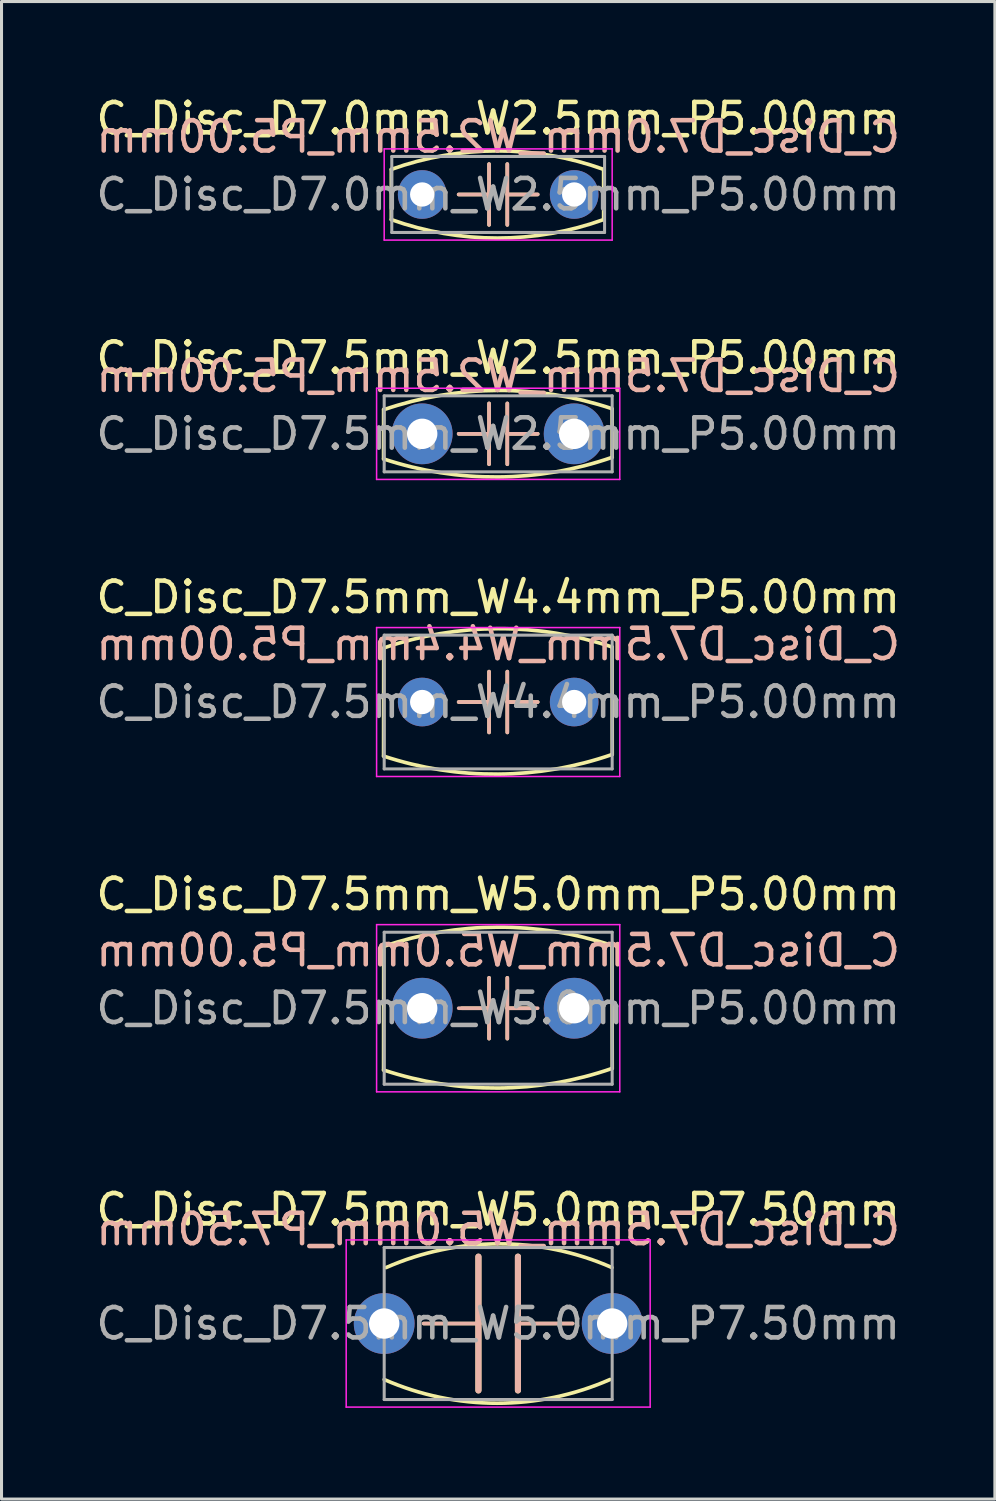
<source format=kicad_pcb>
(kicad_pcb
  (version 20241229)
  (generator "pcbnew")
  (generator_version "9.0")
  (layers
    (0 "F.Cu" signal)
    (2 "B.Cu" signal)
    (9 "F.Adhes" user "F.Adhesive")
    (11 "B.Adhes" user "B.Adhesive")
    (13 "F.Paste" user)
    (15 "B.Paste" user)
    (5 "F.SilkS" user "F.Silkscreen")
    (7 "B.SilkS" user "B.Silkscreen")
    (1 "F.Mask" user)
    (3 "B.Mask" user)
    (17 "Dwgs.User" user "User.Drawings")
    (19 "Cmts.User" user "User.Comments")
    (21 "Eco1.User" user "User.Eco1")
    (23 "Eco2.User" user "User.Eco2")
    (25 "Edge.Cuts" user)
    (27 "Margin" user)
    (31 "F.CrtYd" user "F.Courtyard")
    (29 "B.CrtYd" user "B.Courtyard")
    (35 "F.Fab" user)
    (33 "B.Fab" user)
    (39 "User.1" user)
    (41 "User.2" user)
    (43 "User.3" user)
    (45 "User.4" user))
  (footprint "C_Disc_D7.5mm_W2.5mm_P5.00mm"
    (layer "F.Cu")
    (at 10.839 11.222)
    (property "Reference" "C_Disc_D7.5mm_W2.5mm_P5.00mm" (at 2.5 -2.5 0) (layer "F.SilkS") (effects (font (size 1 1) (thickness 0.15))))
    (fp_line (start -1.27 0.826) (end -1.269 -0.804) (stroke (width 0.12) (type solid)) (layer "F.SilkS"))
    (fp_line (start 1.2 0) (end 2.2 0) (stroke (width 0.12) (type solid)) (layer "F.SilkS"))
    (fp_line (start 2.2 0) (end 2.2 -1) (stroke (width 0.12) (type solid)) (layer "F.SilkS"))
    (fp_line (start 2.2 0) (end 2.2 1) (stroke (width 0.12) (type solid)) (layer "F.SilkS"))
    (fp_line (start 2.8 -1) (end 2.8 1) (stroke (width 0.12) (type solid)) (layer "F.SilkS"))
    (fp_line (start 2.8 0) (end 3.8 0) (stroke (width 0.12) (type solid)) (layer "F.SilkS"))
    (fp_line (start 6.248 0.762) (end 6.248 -0.813) (stroke (width 0.12) (type solid)) (layer "F.SilkS"))
    (fp_arc (start -1.265365 -0.79267) (mid 2.488814 -1.427831) (end 6.2484 -0.8255) (stroke (width 0.12) (type solid)) (layer "F.SilkS"))
    (fp_arc (start 6.252064 0.772554) (mid 2.4954 1.419637) (end -1.27 0.8255) (stroke (width 0.12) (type solid)) (layer "F.SilkS"))
    (fp_line (start 1.2 0) (end 2.2 0) (stroke (width 0.12) (type solid)) (layer "B.SilkS"))
    (fp_line (start 2.2 0) (end 2.2 -1) (stroke (width 0.12) (type solid)) (layer "B.SilkS"))
    (fp_line (start 2.2 0) (end 2.2 1) (stroke (width 0.12) (type solid)) (layer "B.SilkS"))
    (fp_line (start 2.8 0) (end 3.8 0) (stroke (width 0.12) (type solid)) (layer "B.SilkS"))
    (fp_line (start 2.8 1) (end 2.8 -1) (stroke (width 0.12) (type solid)) (layer "B.SilkS"))
    (fp_line (start -1.5 -1.5) (end -1.5 1.5) (stroke (width 0.05) (type solid)) (layer "F.CrtYd"))
    (fp_line (start -1.5 1.5) (end 6.5 1.5) (stroke (width 0.05) (type solid)) (layer "F.CrtYd"))
    (fp_line (start 6.5 -1.5) (end -1.5 -1.5) (stroke (width 0.05) (type solid)) (layer "F.CrtYd"))
    (fp_line (start 6.5 1.5) (end 6.5 -1.5) (stroke (width 0.05) (type solid)) (layer "F.CrtYd"))
    (fp_line (start -1.25 -1.25) (end -1.25 1.25) (stroke (width 0.1) (type solid)) (layer "F.Fab"))
    (fp_line (start -1.25 1.25) (end 6.25 1.25) (stroke (width 0.1) (type solid)) (layer "F.Fab"))
    (fp_line (start 6.25 -1.25) (end -1.25 -1.25) (stroke (width 0.1) (type solid)) (layer "F.Fab"))
    (fp_line (start 6.25 1.25) (end 6.25 -1.25) (stroke (width 0.1) (type solid)) (layer "F.Fab"))
    (fp_text user "${REFERENCE}" (at 2.5 -1.9 0) (layer "B.SilkS") (effects (font (size 1 1) (thickness 0.15)) (justify mirror)))
    (fp_text user "${REFERENCE}" (at 2.5 0 0) (layer "F.Fab") (effects (font (size 1 1) (thickness 0.15))))
    (pad "1" thru_hole circle (at 0 0) (size 2 2) (drill 1) (layers "*.Cu" "*.Mask"))
    (pad "2" thru_hole circle (at 5 0) (size 2 2) (drill 1) (layers "*.Cu" "*.Mask")))
  (footprint "C_Disc_D7.0mm_W2.5mm_P5.00mm"
    (layer "F.Cu")
    (at 10.839 3.348)
    (property "Reference" "C_Disc_D7.0mm_W2.5mm_P5.00mm" (at 2.5 -2.5 0) (layer "F.SilkS") (effects (font (size 1 1) (thickness 0.15))))
    (fp_line (start -1.016 0.826) (end -1.016 -0.826) (stroke (width 0.12) (type solid)) (layer "F.SilkS"))
    (fp_line (start 1.2 0) (end 2.2 0) (stroke (width 0.12) (type solid)) (layer "F.SilkS"))
    (fp_line (start 2.2 0) (end 2.2 -1) (stroke (width 0.12) (type solid)) (layer "F.SilkS"))
    (fp_line (start 2.2 0) (end 2.2 1) (stroke (width 0.12) (type solid)) (layer "F.SilkS"))
    (fp_line (start 2.8 -1) (end 2.8 1) (stroke (width 0.12) (type solid)) (layer "F.SilkS"))
    (fp_line (start 2.8 0) (end 3.8 0) (stroke (width 0.12) (type solid)) (layer "F.SilkS"))
    (fp_line (start 5.969 -0.826) (end 5.969 0.826) (stroke (width 0.12) (type solid)) (layer "F.SilkS"))
    (fp_arc (start -1.016 -0.8255) (mid 2.4765 -1.434171) (end 5.969 -0.8255) (stroke (width 0.12) (type solid)) (layer "F.SilkS"))
    (fp_arc (start 5.969 0.8255) (mid 2.4765 1.434171) (end -1.016 0.8255) (stroke (width 0.12) (type solid)) (layer "F.SilkS"))
    (fp_line (start 1.2 0) (end 2.2 0) (stroke (width 0.12) (type solid)) (layer "B.SilkS"))
    (fp_line (start 2.2 0) (end 2.2 -1) (stroke (width 0.12) (type solid)) (layer "B.SilkS"))
    (fp_line (start 2.2 0) (end 2.2 1) (stroke (width 0.12) (type solid)) (layer "B.SilkS"))
    (fp_line (start 2.8 0) (end 3.8 0) (stroke (width 0.12) (type solid)) (layer "B.SilkS"))
    (fp_line (start 2.8 1) (end 2.8 -1) (stroke (width 0.12) (type solid)) (layer "B.SilkS"))
    (fp_line (start -1.25 -1.5) (end -1.25 1.5) (stroke (width 0.05) (type solid)) (layer "F.CrtYd"))
    (fp_line (start -1.25 1.5) (end 6.25 1.5) (stroke (width 0.05) (type solid)) (layer "F.CrtYd"))
    (fp_line (start 6.25 -1.5) (end -1.25 -1.5) (stroke (width 0.05) (type solid)) (layer "F.CrtYd"))
    (fp_line (start 6.25 1.5) (end 6.25 -1.5) (stroke (width 0.05) (type solid)) (layer "F.CrtYd"))
    (fp_line (start -1 -1.25) (end -1 1.25) (stroke (width 0.1) (type solid)) (layer "F.Fab"))
    (fp_line (start -1 1.25) (end 6 1.25) (stroke (width 0.1) (type solid)) (layer "F.Fab"))
    (fp_line (start 6 -1.25) (end -1 -1.25) (stroke (width 0.1) (type solid)) (layer "F.Fab"))
    (fp_line (start 6 1.25) (end 6 -1.25) (stroke (width 0.1) (type solid)) (layer "F.Fab"))
    (fp_text user "${REFERENCE}" (at 2.5 -1.9 0) (layer "B.SilkS") (effects (font (size 1 1) (thickness 0.15)) (justify mirror)))
    (fp_text user "${REFERENCE}" (at 2.5 0 0) (layer "F.Fab") (effects (font (size 1 1) (thickness 0.15))))
    (pad "1" thru_hole circle (at 0 0) (size 1.6 1.6) (drill 0.8) (layers "*.Cu" "*.Mask"))
    (pad "2" thru_hole circle (at 5 0) (size 1.6 1.6) (drill 0.8) (layers "*.Cu" "*.Mask")))
  (footprint "C_Disc_D7.5mm_W5.0mm_P7.50mm"
    (layer "F.Cu")
    (at 9.589 40.491)
    (property "Reference" "C_Disc_D7.5mm_W5.0mm_P7.50mm" (at 3.75 -3.75 0) (layer "F.SilkS") (effects (font (size 1 1) (thickness 0.15))))
    (fp_line (start 1.3 0) (end 3.048 0) (stroke (width 0.12) (type solid)) (layer "F.SilkS"))
    (fp_line (start 3.1 0) (end 3.1 -2.2) (stroke (width 0.2) (type solid)) (layer "F.SilkS"))
    (fp_line (start 3.1 0) (end 3.1 2.2) (stroke (width 0.2) (type solid)) (layer "F.SilkS"))
    (fp_line (start 4.4 0) (end 4.4 -2.2) (stroke (width 0.2) (type solid)) (layer "F.SilkS"))
    (fp_line (start 4.4 0) (end 4.4 2.2) (stroke (width 0.2) (type solid)) (layer "F.SilkS"))
    (fp_line (start 4.445 0) (end 6.2 0) (stroke (width 0.12) (type solid)) (layer "F.SilkS"))
    (fp_arc (start 0.063384 -1.8415) (mid 3.77822 -2.621484) (end 7.493 -1.841237) (stroke (width 0.12) (type solid)) (layer "F.SilkS"))
    (fp_arc (start 7.4295 1.8415) (mid 3.714664 2.621484) (end -0.000116 1.841237) (stroke (width 0.12) (type solid)) (layer "F.SilkS"))
    (fp_line (start 1.3 0) (end 3.048 0) (stroke (width 0.12) (type solid)) (layer "B.SilkS"))
    (fp_line (start 3.1 0) (end 3.1 -2.2) (stroke (width 0.2) (type solid)) (layer "B.SilkS"))
    (fp_line (start 3.1 0) (end 3.1 2.2) (stroke (width 0.2) (type solid)) (layer "B.SilkS"))
    (fp_line (start 4.4 0) (end 4.4 -2.2) (stroke (width 0.2) (type solid)) (layer "B.SilkS"))
    (fp_line (start 4.4 0) (end 4.4 2.2) (stroke (width 0.2) (type solid)) (layer "B.SilkS"))
    (fp_line (start 4.445 0) (end 6.2 0) (stroke (width 0.12) (type solid)) (layer "B.SilkS"))
    (fp_line (start -1.25 -2.75) (end -1.25 2.75) (stroke (width 0.05) (type solid)) (layer "F.CrtYd"))
    (fp_line (start -1.25 2.75) (end 8.75 2.75) (stroke (width 0.05) (type solid)) (layer "F.CrtYd"))
    (fp_line (start 8.75 -2.75) (end -1.25 -2.75) (stroke (width 0.05) (type solid)) (layer "F.CrtYd"))
    (fp_line (start 8.75 2.75) (end 8.75 -2.75) (stroke (width 0.05) (type solid)) (layer "F.CrtYd"))
    (fp_line (start 0 -2.5) (end 0 2.5) (stroke (width 0.1) (type solid)) (layer "F.Fab"))
    (fp_line (start 0 2.5) (end 7.5 2.5) (stroke (width 0.1) (type solid)) (layer "F.Fab"))
    (fp_line (start 7.5 -2.5) (end 0 -2.5) (stroke (width 0.1) (type solid)) (layer "F.Fab"))
    (fp_line (start 7.5 2.5) (end 7.5 -2.5) (stroke (width 0.1) (type solid)) (layer "F.Fab"))
    (fp_text user "${REFERENCE}" (at 3.75 -3.1 0) (layer "B.SilkS") (effects (font (size 1 1) (thickness 0.15)) (justify mirror)))
    (fp_text user "${REFERENCE}" (at 3.75 0 0) (layer "F.Fab") (effects (font (size 1 1) (thickness 0.15))))
    (pad "1" thru_hole circle (at 0 0) (size 2 2) (drill 1) (layers "*.Cu" "*.Mask"))
    (pad "2" thru_hole circle (at 7.5 0) (size 2 2) (drill 1) (layers "*.Cu" "*.Mask")))
  (footprint "C_Disc_D7.5mm_W4.4mm_P5.00mm"
    (layer "F.Cu")
    (at 10.839 20.045)
    (property "Reference" "C_Disc_D7.5mm_W4.4mm_P5.00mm" (at 2.5 -3.45 0) (layer "F.SilkS") (effects (font (size 1 1) (thickness 0.15))))
    (fp_line (start -1.27 1.778) (end -1.265 -1.778) (stroke (width 0.12) (type solid)) (layer "F.SilkS"))
    (fp_line (start 1.2 0) (end 2.2 0) (stroke (width 0.12) (type solid)) (layer "F.SilkS"))
    (fp_line (start 2.2 0) (end 2.2 -1) (stroke (width 0.12) (type solid)) (layer "F.SilkS"))
    (fp_line (start 2.2 0) (end 2.2 1) (stroke (width 0.12) (type solid)) (layer "F.SilkS"))
    (fp_line (start 2.8 -1) (end 2.8 1) (stroke (width 0.12) (type solid)) (layer "F.SilkS"))
    (fp_line (start 2.8 0) (end 3.8 0) (stroke (width 0.12) (type solid)) (layer "F.SilkS"))
    (fp_line (start 6.252 1.725) (end 6.248 -1.811) (stroke (width 0.12) (type solid)) (layer "F.SilkS"))
    (fp_arc (start -1.265365 -1.778) (mid 2.488814 -2.413161) (end 6.2484 -1.81083) (stroke (width 0.12) (type solid)) (layer "F.SilkS"))
    (fp_arc (start 6.252064 1.725054) (mid 2.4954 2.372137) (end -1.27 1.778) (stroke (width 0.12) (type solid)) (layer "F.SilkS"))
    (fp_line (start 1.2 0) (end 2.2 0) (stroke (width 0.12) (type solid)) (layer "B.SilkS"))
    (fp_line (start 2.2 0) (end 2.2 -1) (stroke (width 0.12) (type solid)) (layer "B.SilkS"))
    (fp_line (start 2.2 0) (end 2.2 1) (stroke (width 0.12) (type solid)) (layer "B.SilkS"))
    (fp_line (start 2.8 0) (end 3.8 0) (stroke (width 0.12) (type solid)) (layer "B.SilkS"))
    (fp_line (start 2.8 1) (end 2.8 -1) (stroke (width 0.12) (type solid)) (layer "B.SilkS"))
    (fp_line (start -1.5 -2.45) (end -1.5 2.45) (stroke (width 0.05) (type solid)) (layer "F.CrtYd"))
    (fp_line (start -1.5 2.45) (end 6.5 2.45) (stroke (width 0.05) (type solid)) (layer "F.CrtYd"))
    (fp_line (start 6.5 -2.45) (end -1.5 -2.45) (stroke (width 0.05) (type solid)) (layer "F.CrtYd"))
    (fp_line (start 6.5 2.45) (end 6.5 -2.45) (stroke (width 0.05) (type solid)) (layer "F.CrtYd"))
    (fp_line (start -1.25 -2.2) (end -1.25 2.2) (stroke (width 0.1) (type solid)) (layer "F.Fab"))
    (fp_line (start -1.25 2.2) (end 6.25 2.2) (stroke (width 0.1) (type solid)) (layer "F.Fab"))
    (fp_line (start 6.25 -2.2) (end -1.25 -2.2) (stroke (width 0.1) (type solid)) (layer "F.Fab"))
    (fp_line (start 6.25 2.2) (end 6.25 -2.2) (stroke (width 0.1) (type solid)) (layer "F.Fab"))
    (fp_text user "${REFERENCE}" (at 2.5 -1.9 0) (layer "B.SilkS") (effects (font (size 1 1) (thickness 0.15)) (justify mirror)))
    (fp_text user "${REFERENCE}" (at 2.5 0 0) (layer "F.Fab") (effects (font (size 1 1) (thickness 0.15))))
    (pad "1" thru_hole circle (at 0 0) (size 1.6 1.6) (drill 0.8) (layers "*.Cu" "*.Mask"))
    (pad "2" thru_hole circle (at 5 0) (size 1.6 1.6) (drill 0.8) (layers "*.Cu" "*.Mask")))
  (footprint "C_Disc_D7.5mm_W5.0mm_P5.00mm"
    (layer "F.Cu")
    (at 10.839 30.118)
    (property "Reference" "C_Disc_D7.5mm_W5.0mm_P5.00mm" (at 2.5 -3.75 0) (layer "F.SilkS") (effects (font (size 1 1) (thickness 0.15))))
    (fp_line (start -1.27 2.032) (end -1.265 -2.032) (stroke (width 0.12) (type solid)) (layer "F.SilkS"))
    (fp_line (start 1.3 0) (end 2.2 0) (stroke (width 0.12) (type solid)) (layer "F.SilkS"))
    (fp_line (start 2.2 0) (end 2.2 -1) (stroke (width 0.12) (type solid)) (layer "F.SilkS"))
    (fp_line (start 2.2 0) (end 2.2 1) (stroke (width 0.12) (type solid)) (layer "F.SilkS"))
    (fp_line (start 2.8 -1) (end 2.8 1) (stroke (width 0.12) (type solid)) (layer "F.SilkS"))
    (fp_line (start 2.8 0) (end 3.7 0) (stroke (width 0.12) (type solid)) (layer "F.SilkS"))
    (fp_line (start 6.252 1.979) (end 6.244 -2.065) (stroke (width 0.12) (type solid)) (layer "F.SilkS"))
    (fp_arc (start -1.27 -2.032) (mid 2.484179 -2.667161) (end 6.243765 -2.06483) (stroke (width 0.12) (type solid)) (layer "F.SilkS"))
    (fp_arc (start 6.252064 1.979054) (mid 2.4954 2.626137) (end -1.27 2.032) (stroke (width 0.12) (type solid)) (layer "F.SilkS"))
    (fp_line (start 1.2 0) (end 2.2 0) (stroke (width 0.12) (type solid)) (layer "B.SilkS"))
    (fp_line (start 2.2 0) (end 2.2 -1) (stroke (width 0.12) (type solid)) (layer "B.SilkS"))
    (fp_line (start 2.2 0) (end 2.2 1) (stroke (width 0.12) (type solid)) (layer "B.SilkS"))
    (fp_line (start 2.8 0) (end 3.8 0) (stroke (width 0.12) (type solid)) (layer "B.SilkS"))
    (fp_line (start 2.8 1) (end 2.8 -1) (stroke (width 0.12) (type solid)) (layer "B.SilkS"))
    (fp_line (start -1.5 -2.75) (end -1.5 2.75) (stroke (width 0.05) (type solid)) (layer "F.CrtYd"))
    (fp_line (start -1.5 2.75) (end 6.5 2.75) (stroke (width 0.05) (type solid)) (layer "F.CrtYd"))
    (fp_line (start 6.5 -2.75) (end -1.5 -2.75) (stroke (width 0.05) (type solid)) (layer "F.CrtYd"))
    (fp_line (start 6.5 2.75) (end 6.5 -2.75) (stroke (width 0.05) (type solid)) (layer "F.CrtYd"))
    (fp_line (start -1.25 -2.5) (end -1.25 2.5) (stroke (width 0.1) (type solid)) (layer "F.Fab"))
    (fp_line (start -1.25 2.5) (end 6.25 2.5) (stroke (width 0.1) (type solid)) (layer "F.Fab"))
    (fp_line (start 6.25 -2.5) (end -1.25 -2.5) (stroke (width 0.1) (type solid)) (layer "F.Fab"))
    (fp_line (start 6.25 2.5) (end 6.25 -2.5) (stroke (width 0.1) (type solid)) (layer "F.Fab"))
    (fp_text user "${REFERENCE}" (at 2.5 -1.9 0) (layer "B.SilkS") (effects (font (size 1 1) (thickness 0.15)) (justify mirror)))
    (fp_text user "${REFERENCE}" (at 2.5 0 0) (layer "F.Fab") (effects (font (size 1 1) (thickness 0.15))))
    (pad "1" thru_hole circle (at 0 0) (size 2 2) (drill 1) (layers "*.Cu" "*.Mask"))
    (pad "2" thru_hole circle (at 5 0) (size 2 2) (drill 1) (layers "*.Cu" "*.Mask")))
  (gr_rect
    (start -3 -3)
    (end 29.679 46.266)
    (stroke (width 0.1) (type default))
    (fill no)
    (layer "Edge.Cuts")))
</source>
